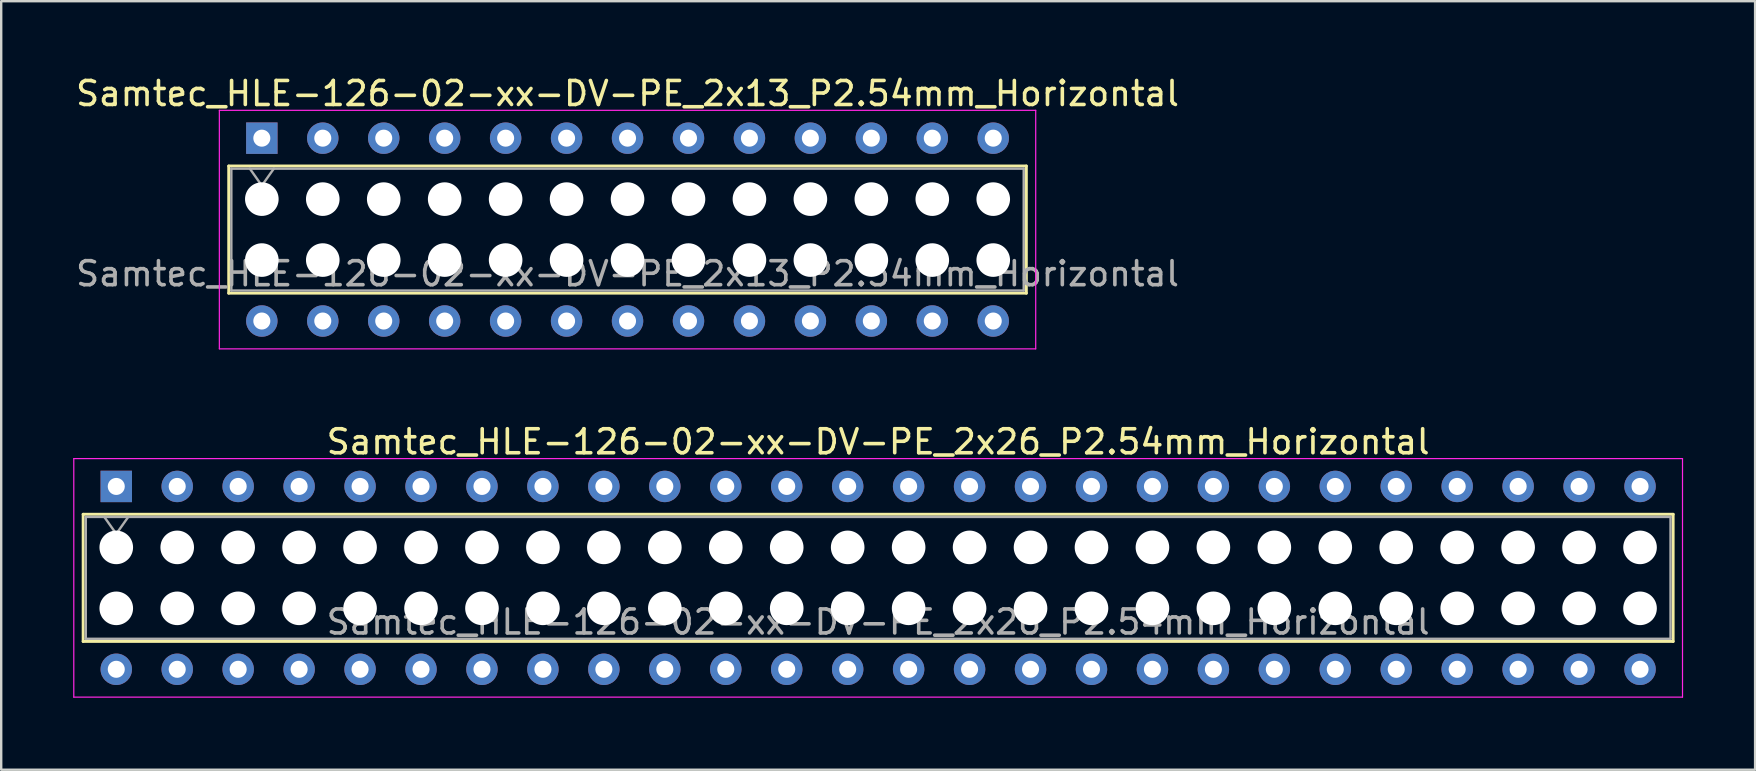
<source format=kicad_pcb>
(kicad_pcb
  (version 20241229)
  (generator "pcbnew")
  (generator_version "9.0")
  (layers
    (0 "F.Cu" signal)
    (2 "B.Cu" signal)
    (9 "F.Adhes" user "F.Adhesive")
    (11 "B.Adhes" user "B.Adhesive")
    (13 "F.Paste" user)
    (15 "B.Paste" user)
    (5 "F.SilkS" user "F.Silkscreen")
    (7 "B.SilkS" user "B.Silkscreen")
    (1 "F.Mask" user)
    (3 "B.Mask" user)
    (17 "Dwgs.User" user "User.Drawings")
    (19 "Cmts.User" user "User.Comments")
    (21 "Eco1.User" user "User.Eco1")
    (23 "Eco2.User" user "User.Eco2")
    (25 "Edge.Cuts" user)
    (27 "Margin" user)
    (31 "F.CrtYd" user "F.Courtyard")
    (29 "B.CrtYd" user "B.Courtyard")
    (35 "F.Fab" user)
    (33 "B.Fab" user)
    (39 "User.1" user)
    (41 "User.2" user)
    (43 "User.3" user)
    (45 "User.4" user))
  (footprint "Samtec_HLE-126-02-xx-DV-PE_2x26_P2.54mm_Horizontal"
    (layer "F.Cu")
    (at 1.795 17.221)
    (property "Reference" "Samtec_HLE-126-02-xx-DV-PE_2x26_P2.54mm_Horizontal" (at 31.75 -1.86 0) (layer "F.SilkS") (effects (font (size 1 1) (thickness 0.15))))
    (attr through_hole)
    (fp_line (start -1.38 1.16) (end 64.88 1.16) (stroke (width 0.12) (type solid)) (layer "F.SilkS"))
    (fp_line (start -1.38 6.46) (end -1.38 1.16) (stroke (width 0.12) (type solid)) (layer "F.SilkS"))
    (fp_line (start 64.88 1.16) (end 64.88 6.46) (stroke (width 0.12) (type solid)) (layer "F.SilkS"))
    (fp_line (start 64.88 6.46) (end -1.38 6.46) (stroke (width 0.12) (type solid)) (layer "F.SilkS"))
    (fp_line (start -1.77 -1.16) (end 65.27 -1.16) (stroke (width 0.05) (type solid)) (layer "F.CrtYd"))
    (fp_line (start -1.77 8.78) (end -1.77 -1.16) (stroke (width 0.05) (type solid)) (layer "F.CrtYd"))
    (fp_line (start 65.27 -1.16) (end 65.27 8.78) (stroke (width 0.05) (type solid)) (layer "F.CrtYd"))
    (fp_line (start 65.27 8.78) (end -1.77 8.78) (stroke (width 0.05) (type solid)) (layer "F.CrtYd"))
    (fp_line (start -1.27 1.27) (end 64.77 1.27) (stroke (width 0.1) (type solid)) (layer "F.Fab"))
    (fp_line (start -1.27 6.35) (end -1.27 1.27) (stroke (width 0.1) (type solid)) (layer "F.Fab"))
    (fp_line (start -0.5 1.27) (end 0 1.977) (stroke (width 0.1) (type solid)) (layer "F.Fab"))
    (fp_line (start 0 1.977) (end 0.5 1.27) (stroke (width 0.1) (type solid)) (layer "F.Fab"))
    (fp_line (start 64.77 1.27) (end 64.77 6.35) (stroke (width 0.1) (type solid)) (layer "F.Fab"))
    (fp_line (start 64.77 6.35) (end -1.27 6.35) (stroke (width 0.1) (type solid)) (layer "F.Fab"))
    (fp_text user "${REFERENCE}" (at 31.75 5.65 0) (layer "F.Fab") (effects (font (size 1 1) (thickness 0.15))))
    (pad "" np_thru_hole circle (at 0 2.54) (size 1.4 1.4) (drill 1.4) (layers "*.Cu" "*.Mask"))
    (pad "" np_thru_hole circle (at 0 5.08) (size 1.4 1.4) (drill 1.4) (layers "*.Cu" "*.Mask"))
    (pad "" np_thru_hole circle (at 2.54 2.54) (size 1.4 1.4) (drill 1.4) (layers "*.Cu" "*.Mask"))
    (pad "" np_thru_hole circle (at 2.54 5.08) (size 1.4 1.4) (drill 1.4) (layers "*.Cu" "*.Mask"))
    (pad "" np_thru_hole circle (at 5.08 2.54) (size 1.4 1.4) (drill 1.4) (layers "*.Cu" "*.Mask"))
    (pad "" np_thru_hole circle (at 5.08 5.08) (size 1.4 1.4) (drill 1.4) (layers "*.Cu" "*.Mask"))
    (pad "" np_thru_hole circle (at 7.62 2.54) (size 1.4 1.4) (drill 1.4) (layers "*.Cu" "*.Mask"))
    (pad "" np_thru_hole circle (at 7.62 5.08) (size 1.4 1.4) (drill 1.4) (layers "*.Cu" "*.Mask"))
    (pad "" np_thru_hole circle (at 10.16 2.54) (size 1.4 1.4) (drill 1.4) (layers "*.Cu" "*.Mask"))
    (pad "" np_thru_hole circle (at 10.16 5.08) (size 1.4 1.4) (drill 1.4) (layers "*.Cu" "*.Mask"))
    (pad "" np_thru_hole circle (at 12.7 2.54) (size 1.4 1.4) (drill 1.4) (layers "*.Cu" "*.Mask"))
    (pad "" np_thru_hole circle (at 12.7 5.08) (size 1.4 1.4) (drill 1.4) (layers "*.Cu" "*.Mask"))
    (pad "" np_thru_hole circle (at 15.24 2.54) (size 1.4 1.4) (drill 1.4) (layers "*.Cu" "*.Mask"))
    (pad "" np_thru_hole circle (at 15.24 5.08) (size 1.4 1.4) (drill 1.4) (layers "*.Cu" "*.Mask"))
    (pad "" np_thru_hole circle (at 17.78 2.54) (size 1.4 1.4) (drill 1.4) (layers "*.Cu" "*.Mask"))
    (pad "" np_thru_hole circle (at 17.78 5.08) (size 1.4 1.4) (drill 1.4) (layers "*.Cu" "*.Mask"))
    (pad "" np_thru_hole circle (at 20.32 2.54) (size 1.4 1.4) (drill 1.4) (layers "*.Cu" "*.Mask"))
    (pad "" np_thru_hole circle (at 20.32 5.08) (size 1.4 1.4) (drill 1.4) (layers "*.Cu" "*.Mask"))
    (pad "" np_thru_hole circle (at 22.86 2.54) (size 1.4 1.4) (drill 1.4) (layers "*.Cu" "*.Mask"))
    (pad "" np_thru_hole circle (at 22.86 5.08) (size 1.4 1.4) (drill 1.4) (layers "*.Cu" "*.Mask"))
    (pad "" np_thru_hole circle (at 25.4 2.54) (size 1.4 1.4) (drill 1.4) (layers "*.Cu" "*.Mask"))
    (pad "" np_thru_hole circle (at 25.4 5.08) (size 1.4 1.4) (drill 1.4) (layers "*.Cu" "*.Mask"))
    (pad "" np_thru_hole circle (at 27.94 2.54) (size 1.4 1.4) (drill 1.4) (layers "*.Cu" "*.Mask"))
    (pad "" np_thru_hole circle (at 27.94 5.08) (size 1.4 1.4) (drill 1.4) (layers "*.Cu" "*.Mask"))
    (pad "" np_thru_hole circle (at 30.48 2.54) (size 1.4 1.4) (drill 1.4) (layers "*.Cu" "*.Mask"))
    (pad "" np_thru_hole circle (at 30.48 5.08) (size 1.4 1.4) (drill 1.4) (layers "*.Cu" "*.Mask"))
    (pad "" np_thru_hole circle (at 33.02 2.54) (size 1.4 1.4) (drill 1.4) (layers "*.Cu" "*.Mask"))
    (pad "" np_thru_hole circle (at 33.02 5.08) (size 1.4 1.4) (drill 1.4) (layers "*.Cu" "*.Mask"))
    (pad "" np_thru_hole circle (at 35.56 2.54) (size 1.4 1.4) (drill 1.4) (layers "*.Cu" "*.Mask"))
    (pad "" np_thru_hole circle (at 35.56 5.08) (size 1.4 1.4) (drill 1.4) (layers "*.Cu" "*.Mask"))
    (pad "" np_thru_hole circle (at 38.1 2.54) (size 1.4 1.4) (drill 1.4) (layers "*.Cu" "*.Mask"))
    (pad "" np_thru_hole circle (at 38.1 5.08) (size 1.4 1.4) (drill 1.4) (layers "*.Cu" "*.Mask"))
    (pad "" np_thru_hole circle (at 40.64 2.54) (size 1.4 1.4) (drill 1.4) (layers "*.Cu" "*.Mask"))
    (pad "" np_thru_hole circle (at 40.64 5.08) (size 1.4 1.4) (drill 1.4) (layers "*.Cu" "*.Mask"))
    (pad "" np_thru_hole circle (at 43.18 2.54) (size 1.4 1.4) (drill 1.4) (layers "*.Cu" "*.Mask"))
    (pad "" np_thru_hole circle (at 43.18 5.08) (size 1.4 1.4) (drill 1.4) (layers "*.Cu" "*.Mask"))
    (pad "" np_thru_hole circle (at 45.72 2.54) (size 1.4 1.4) (drill 1.4) (layers "*.Cu" "*.Mask"))
    (pad "" np_thru_hole circle (at 45.72 5.08) (size 1.4 1.4) (drill 1.4) (layers "*.Cu" "*.Mask"))
    (pad "" np_thru_hole circle (at 48.26 2.54) (size 1.4 1.4) (drill 1.4) (layers "*.Cu" "*.Mask"))
    (pad "" np_thru_hole circle (at 48.26 5.08) (size 1.4 1.4) (drill 1.4) (layers "*.Cu" "*.Mask"))
    (pad "" np_thru_hole circle (at 50.8 2.54) (size 1.4 1.4) (drill 1.4) (layers "*.Cu" "*.Mask"))
    (pad "" np_thru_hole circle (at 50.8 5.08) (size 1.4 1.4) (drill 1.4) (layers "*.Cu" "*.Mask"))
    (pad "" np_thru_hole circle (at 53.34 2.54) (size 1.4 1.4) (drill 1.4) (layers "*.Cu" "*.Mask"))
    (pad "" np_thru_hole circle (at 53.34 5.08) (size 1.4 1.4) (drill 1.4) (layers "*.Cu" "*.Mask"))
    (pad "" np_thru_hole circle (at 55.88 2.54) (size 1.4 1.4) (drill 1.4) (layers "*.Cu" "*.Mask"))
    (pad "" np_thru_hole circle (at 55.88 5.08) (size 1.4 1.4) (drill 1.4) (layers "*.Cu" "*.Mask"))
    (pad "" np_thru_hole circle (at 58.42 2.54) (size 1.4 1.4) (drill 1.4) (layers "*.Cu" "*.Mask"))
    (pad "" np_thru_hole circle (at 58.42 5.08) (size 1.4 1.4) (drill 1.4) (layers "*.Cu" "*.Mask"))
    (pad "" np_thru_hole circle (at 60.96 2.54) (size 1.4 1.4) (drill 1.4) (layers "*.Cu" "*.Mask"))
    (pad "" np_thru_hole circle (at 60.96 5.08) (size 1.4 1.4) (drill 1.4) (layers "*.Cu" "*.Mask"))
    (pad "" np_thru_hole circle (at 63.5 2.54) (size 1.4 1.4) (drill 1.4) (layers "*.Cu" "*.Mask"))
    (pad "" np_thru_hole circle (at 63.5 5.08) (size 1.4 1.4) (drill 1.4) (layers "*.Cu" "*.Mask"))
    (pad "1" thru_hole rect (at 0 0) (size 1.31 1.31) (drill 0.71) (layers "*.Cu" "*.Mask"))
    (pad "2" thru_hole circle (at 0 7.62) (size 1.31 1.31) (drill 0.71) (layers "*.Cu" "*.Mask"))
    (pad "3" thru_hole circle (at 2.54 0) (size 1.31 1.31) (drill 0.71) (layers "*.Cu" "*.Mask"))
    (pad "4" thru_hole circle (at 2.54 7.62) (size 1.31 1.31) (drill 0.71) (layers "*.Cu" "*.Mask"))
    (pad "5" thru_hole circle (at 5.08 0) (size 1.31 1.31) (drill 0.71) (layers "*.Cu" "*.Mask"))
    (pad "6" thru_hole circle (at 5.08 7.62) (size 1.31 1.31) (drill 0.71) (layers "*.Cu" "*.Mask"))
    (pad "7" thru_hole circle (at 7.62 0) (size 1.31 1.31) (drill 0.71) (layers "*.Cu" "*.Mask"))
    (pad "8" thru_hole circle (at 7.62 7.62) (size 1.31 1.31) (drill 0.71) (layers "*.Cu" "*.Mask"))
    (pad "9" thru_hole circle (at 10.16 0) (size 1.31 1.31) (drill 0.71) (layers "*.Cu" "*.Mask"))
    (pad "10" thru_hole circle (at 10.16 7.62) (size 1.31 1.31) (drill 0.71) (layers "*.Cu" "*.Mask"))
    (pad "11" thru_hole circle (at 12.7 0) (size 1.31 1.31) (drill 0.71) (layers "*.Cu" "*.Mask"))
    (pad "12" thru_hole circle (at 12.7 7.62) (size 1.31 1.31) (drill 0.71) (layers "*.Cu" "*.Mask"))
    (pad "13" thru_hole circle (at 15.24 0) (size 1.31 1.31) (drill 0.71) (layers "*.Cu" "*.Mask"))
    (pad "14" thru_hole circle (at 15.24 7.62) (size 1.31 1.31) (drill 0.71) (layers "*.Cu" "*.Mask"))
    (pad "15" thru_hole circle (at 17.78 0) (size 1.31 1.31) (drill 0.71) (layers "*.Cu" "*.Mask"))
    (pad "16" thru_hole circle (at 17.78 7.62) (size 1.31 1.31) (drill 0.71) (layers "*.Cu" "*.Mask"))
    (pad "17" thru_hole circle (at 20.32 0) (size 1.31 1.31) (drill 0.71) (layers "*.Cu" "*.Mask"))
    (pad "18" thru_hole circle (at 20.32 7.62) (size 1.31 1.31) (drill 0.71) (layers "*.Cu" "*.Mask"))
    (pad "19" thru_hole circle (at 22.86 0) (size 1.31 1.31) (drill 0.71) (layers "*.Cu" "*.Mask"))
    (pad "20" thru_hole circle (at 22.86 7.62) (size 1.31 1.31) (drill 0.71) (layers "*.Cu" "*.Mask"))
    (pad "21" thru_hole circle (at 25.4 0) (size 1.31 1.31) (drill 0.71) (layers "*.Cu" "*.Mask"))
    (pad "22" thru_hole circle (at 25.4 7.62) (size 1.31 1.31) (drill 0.71) (layers "*.Cu" "*.Mask"))
    (pad "23" thru_hole circle (at 27.94 0) (size 1.31 1.31) (drill 0.71) (layers "*.Cu" "*.Mask"))
    (pad "24" thru_hole circle (at 27.94 7.62) (size 1.31 1.31) (drill 0.71) (layers "*.Cu" "*.Mask"))
    (pad "25" thru_hole circle (at 30.48 0) (size 1.31 1.31) (drill 0.71) (layers "*.Cu" "*.Mask"))
    (pad "26" thru_hole circle (at 30.48 7.62) (size 1.31 1.31) (drill 0.71) (layers "*.Cu" "*.Mask"))
    (pad "27" thru_hole circle (at 33.02 0) (size 1.31 1.31) (drill 0.71) (layers "*.Cu" "*.Mask"))
    (pad "28" thru_hole circle (at 33.02 7.62) (size 1.31 1.31) (drill 0.71) (layers "*.Cu" "*.Mask"))
    (pad "29" thru_hole circle (at 35.56 0) (size 1.31 1.31) (drill 0.71) (layers "*.Cu" "*.Mask"))
    (pad "30" thru_hole circle (at 35.56 7.62) (size 1.31 1.31) (drill 0.71) (layers "*.Cu" "*.Mask"))
    (pad "31" thru_hole circle (at 38.1 0) (size 1.31 1.31) (drill 0.71) (layers "*.Cu" "*.Mask"))
    (pad "32" thru_hole circle (at 38.1 7.62) (size 1.31 1.31) (drill 0.71) (layers "*.Cu" "*.Mask"))
    (pad "33" thru_hole circle (at 40.64 0) (size 1.31 1.31) (drill 0.71) (layers "*.Cu" "*.Mask"))
    (pad "34" thru_hole circle (at 40.64 7.62) (size 1.31 1.31) (drill 0.71) (layers "*.Cu" "*.Mask"))
    (pad "35" thru_hole circle (at 43.18 0) (size 1.31 1.31) (drill 0.71) (layers "*.Cu" "*.Mask"))
    (pad "36" thru_hole circle (at 43.18 7.62) (size 1.31 1.31) (drill 0.71) (layers "*.Cu" "*.Mask"))
    (pad "37" thru_hole circle (at 45.72 0) (size 1.31 1.31) (drill 0.71) (layers "*.Cu" "*.Mask"))
    (pad "38" thru_hole circle (at 45.72 7.62) (size 1.31 1.31) (drill 0.71) (layers "*.Cu" "*.Mask"))
    (pad "39" thru_hole circle (at 48.26 0) (size 1.31 1.31) (drill 0.71) (layers "*.Cu" "*.Mask"))
    (pad "40" thru_hole circle (at 48.26 7.62) (size 1.31 1.31) (drill 0.71) (layers "*.Cu" "*.Mask"))
    (pad "41" thru_hole circle (at 50.8 0) (size 1.31 1.31) (drill 0.71) (layers "*.Cu" "*.Mask"))
    (pad "42" thru_hole circle (at 50.8 7.62) (size 1.31 1.31) (drill 0.71) (layers "*.Cu" "*.Mask"))
    (pad "43" thru_hole circle (at 53.34 0) (size 1.31 1.31) (drill 0.71) (layers "*.Cu" "*.Mask"))
    (pad "44" thru_hole circle (at 53.34 7.62) (size 1.31 1.31) (drill 0.71) (layers "*.Cu" "*.Mask"))
    (pad "45" thru_hole circle (at 55.88 0) (size 1.31 1.31) (drill 0.71) (layers "*.Cu" "*.Mask"))
    (pad "46" thru_hole circle (at 55.88 7.62) (size 1.31 1.31) (drill 0.71) (layers "*.Cu" "*.Mask"))
    (pad "47" thru_hole circle (at 58.42 0) (size 1.31 1.31) (drill 0.71) (layers "*.Cu" "*.Mask"))
    (pad "48" thru_hole circle (at 58.42 7.62) (size 1.31 1.31) (drill 0.71) (layers "*.Cu" "*.Mask"))
    (pad "49" thru_hole circle (at 60.96 0) (size 1.31 1.31) (drill 0.71) (layers "*.Cu" "*.Mask"))
    (pad "50" thru_hole circle (at 60.96 7.62) (size 1.31 1.31) (drill 0.71) (layers "*.Cu" "*.Mask"))
    (pad "51" thru_hole circle (at 63.5 0) (size 1.31 1.31) (drill 0.71) (layers "*.Cu" "*.Mask"))
    (pad "52" thru_hole circle (at 63.5 7.62) (size 1.31 1.31) (drill 0.71) (layers "*.Cu" "*.Mask")))
  (footprint "Samtec_HLE-126-02-xx-DV-PE_2x13_P2.54mm_Horizontal"
    (layer "F.Cu")
    (at 7.861 2.708)
    (property "Reference" "Samtec_HLE-126-02-xx-DV-PE_2x13_P2.54mm_Horizontal" (at 15.24 -1.86 0) (layer "F.SilkS") (effects (font (size 1 1) (thickness 0.15))))
    (attr through_hole)
    (fp_line (start -1.38 1.16) (end 31.86 1.16) (stroke (width 0.12) (type solid)) (layer "F.SilkS"))
    (fp_line (start -1.38 6.46) (end -1.38 1.16) (stroke (width 0.12) (type solid)) (layer "F.SilkS"))
    (fp_line (start 31.86 1.16) (end 31.86 6.46) (stroke (width 0.12) (type solid)) (layer "F.SilkS"))
    (fp_line (start 31.86 6.46) (end -1.38 6.46) (stroke (width 0.12) (type solid)) (layer "F.SilkS"))
    (fp_line (start -1.77 -1.16) (end 32.25 -1.16) (stroke (width 0.05) (type solid)) (layer "F.CrtYd"))
    (fp_line (start -1.77 8.78) (end -1.77 -1.16) (stroke (width 0.05) (type solid)) (layer "F.CrtYd"))
    (fp_line (start 32.25 -1.16) (end 32.25 8.78) (stroke (width 0.05) (type solid)) (layer "F.CrtYd"))
    (fp_line (start 32.25 8.78) (end -1.77 8.78) (stroke (width 0.05) (type solid)) (layer "F.CrtYd"))
    (fp_line (start -1.27 1.27) (end 31.75 1.27) (stroke (width 0.1) (type solid)) (layer "F.Fab"))
    (fp_line (start -1.27 6.35) (end -1.27 1.27) (stroke (width 0.1) (type solid)) (layer "F.Fab"))
    (fp_line (start -0.5 1.27) (end 0 1.977) (stroke (width 0.1) (type solid)) (layer "F.Fab"))
    (fp_line (start 0 1.977) (end 0.5 1.27) (stroke (width 0.1) (type solid)) (layer "F.Fab"))
    (fp_line (start 31.75 1.27) (end 31.75 6.35) (stroke (width 0.1) (type solid)) (layer "F.Fab"))
    (fp_line (start 31.75 6.35) (end -1.27 6.35) (stroke (width 0.1) (type solid)) (layer "F.Fab"))
    (fp_text user "${REFERENCE}" (at 15.24 5.65 0) (layer "F.Fab") (effects (font (size 1 1) (thickness 0.15))))
    (pad "" np_thru_hole circle (at 0 2.54) (size 1.4 1.4) (drill 1.4) (layers "*.Cu" "*.Mask"))
    (pad "" np_thru_hole circle (at 0 5.08) (size 1.4 1.4) (drill 1.4) (layers "*.Cu" "*.Mask"))
    (pad "" np_thru_hole circle (at 2.54 2.54) (size 1.4 1.4) (drill 1.4) (layers "*.Cu" "*.Mask"))
    (pad "" np_thru_hole circle (at 2.54 5.08) (size 1.4 1.4) (drill 1.4) (layers "*.Cu" "*.Mask"))
    (pad "" np_thru_hole circle (at 5.08 2.54) (size 1.4 1.4) (drill 1.4) (layers "*.Cu" "*.Mask"))
    (pad "" np_thru_hole circle (at 5.08 5.08) (size 1.4 1.4) (drill 1.4) (layers "*.Cu" "*.Mask"))
    (pad "" np_thru_hole circle (at 7.62 2.54) (size 1.4 1.4) (drill 1.4) (layers "*.Cu" "*.Mask"))
    (pad "" np_thru_hole circle (at 7.62 5.08) (size 1.4 1.4) (drill 1.4) (layers "*.Cu" "*.Mask"))
    (pad "" np_thru_hole circle (at 10.16 2.54) (size 1.4 1.4) (drill 1.4) (layers "*.Cu" "*.Mask"))
    (pad "" np_thru_hole circle (at 10.16 5.08) (size 1.4 1.4) (drill 1.4) (layers "*.Cu" "*.Mask"))
    (pad "" np_thru_hole circle (at 12.7 2.54) (size 1.4 1.4) (drill 1.4) (layers "*.Cu" "*.Mask"))
    (pad "" np_thru_hole circle (at 12.7 5.08) (size 1.4 1.4) (drill 1.4) (layers "*.Cu" "*.Mask"))
    (pad "" np_thru_hole circle (at 15.24 2.54) (size 1.4 1.4) (drill 1.4) (layers "*.Cu" "*.Mask"))
    (pad "" np_thru_hole circle (at 15.24 5.08) (size 1.4 1.4) (drill 1.4) (layers "*.Cu" "*.Mask"))
    (pad "" np_thru_hole circle (at 17.78 2.54) (size 1.4 1.4) (drill 1.4) (layers "*.Cu" "*.Mask"))
    (pad "" np_thru_hole circle (at 17.78 5.08) (size 1.4 1.4) (drill 1.4) (layers "*.Cu" "*.Mask"))
    (pad "" np_thru_hole circle (at 20.32 2.54) (size 1.4 1.4) (drill 1.4) (layers "*.Cu" "*.Mask"))
    (pad "" np_thru_hole circle (at 20.32 5.08) (size 1.4 1.4) (drill 1.4) (layers "*.Cu" "*.Mask"))
    (pad "" np_thru_hole circle (at 22.86 2.54) (size 1.4 1.4) (drill 1.4) (layers "*.Cu" "*.Mask"))
    (pad "" np_thru_hole circle (at 22.86 5.08) (size 1.4 1.4) (drill 1.4) (layers "*.Cu" "*.Mask"))
    (pad "" np_thru_hole circle (at 25.4 2.54) (size 1.4 1.4) (drill 1.4) (layers "*.Cu" "*.Mask"))
    (pad "" np_thru_hole circle (at 25.4 5.08) (size 1.4 1.4) (drill 1.4) (layers "*.Cu" "*.Mask"))
    (pad "" np_thru_hole circle (at 27.94 2.54) (size 1.4 1.4) (drill 1.4) (layers "*.Cu" "*.Mask"))
    (pad "" np_thru_hole circle (at 27.94 5.08) (size 1.4 1.4) (drill 1.4) (layers "*.Cu" "*.Mask"))
    (pad "" np_thru_hole circle (at 30.48 2.54) (size 1.4 1.4) (drill 1.4) (layers "*.Cu" "*.Mask"))
    (pad "" np_thru_hole circle (at 30.48 5.08) (size 1.4 1.4) (drill 1.4) (layers "*.Cu" "*.Mask"))
    (pad "1" thru_hole rect (at 0 0) (size 1.31 1.31) (drill 0.71) (layers "*.Cu" "*.Mask"))
    (pad "2" thru_hole circle (at 0 7.62) (size 1.31 1.31) (drill 0.71) (layers "*.Cu" "*.Mask"))
    (pad "3" thru_hole circle (at 2.54 0) (size 1.31 1.31) (drill 0.71) (layers "*.Cu" "*.Mask"))
    (pad "4" thru_hole circle (at 2.54 7.62) (size 1.31 1.31) (drill 0.71) (layers "*.Cu" "*.Mask"))
    (pad "5" thru_hole circle (at 5.08 0) (size 1.31 1.31) (drill 0.71) (layers "*.Cu" "*.Mask"))
    (pad "6" thru_hole circle (at 5.08 7.62) (size 1.31 1.31) (drill 0.71) (layers "*.Cu" "*.Mask"))
    (pad "7" thru_hole circle (at 7.62 0) (size 1.31 1.31) (drill 0.71) (layers "*.Cu" "*.Mask"))
    (pad "8" thru_hole circle (at 7.62 7.62) (size 1.31 1.31) (drill 0.71) (layers "*.Cu" "*.Mask"))
    (pad "9" thru_hole circle (at 10.16 0) (size 1.31 1.31) (drill 0.71) (layers "*.Cu" "*.Mask"))
    (pad "10" thru_hole circle (at 10.16 7.62) (size 1.31 1.31) (drill 0.71) (layers "*.Cu" "*.Mask"))
    (pad "11" thru_hole circle (at 12.7 0) (size 1.31 1.31) (drill 0.71) (layers "*.Cu" "*.Mask"))
    (pad "12" thru_hole circle (at 12.7 7.62) (size 1.31 1.31) (drill 0.71) (layers "*.Cu" "*.Mask"))
    (pad "13" thru_hole circle (at 15.24 0) (size 1.31 1.31) (drill 0.71) (layers "*.Cu" "*.Mask"))
    (pad "14" thru_hole circle (at 15.24 7.62) (size 1.31 1.31) (drill 0.71) (layers "*.Cu" "*.Mask"))
    (pad "15" thru_hole circle (at 17.78 0) (size 1.31 1.31) (drill 0.71) (layers "*.Cu" "*.Mask"))
    (pad "16" thru_hole circle (at 17.78 7.62) (size 1.31 1.31) (drill 0.71) (layers "*.Cu" "*.Mask"))
    (pad "17" thru_hole circle (at 20.32 0) (size 1.31 1.31) (drill 0.71) (layers "*.Cu" "*.Mask"))
    (pad "18" thru_hole circle (at 20.32 7.62) (size 1.31 1.31) (drill 0.71) (layers "*.Cu" "*.Mask"))
    (pad "19" thru_hole circle (at 22.86 0) (size 1.31 1.31) (drill 0.71) (layers "*.Cu" "*.Mask"))
    (pad "20" thru_hole circle (at 22.86 7.62) (size 1.31 1.31) (drill 0.71) (layers "*.Cu" "*.Mask"))
    (pad "21" thru_hole circle (at 25.4 0) (size 1.31 1.31) (drill 0.71) (layers "*.Cu" "*.Mask"))
    (pad "22" thru_hole circle (at 25.4 7.62) (size 1.31 1.31) (drill 0.71) (layers "*.Cu" "*.Mask"))
    (pad "23" thru_hole circle (at 27.94 0) (size 1.31 1.31) (drill 0.71) (layers "*.Cu" "*.Mask"))
    (pad "24" thru_hole circle (at 27.94 7.62) (size 1.31 1.31) (drill 0.71) (layers "*.Cu" "*.Mask"))
    (pad "25" thru_hole circle (at 30.48 0) (size 1.31 1.31) (drill 0.71) (layers "*.Cu" "*.Mask"))
    (pad "26" thru_hole circle (at 30.48 7.62) (size 1.31 1.31) (drill 0.71) (layers "*.Cu" "*.Mask")))
  (gr_rect
    (start -3 -3)
    (end 70.09 29.026)
    (stroke (width 0.1) (type default))
    (fill no)
    (layer "Edge.Cuts")))
</source>
